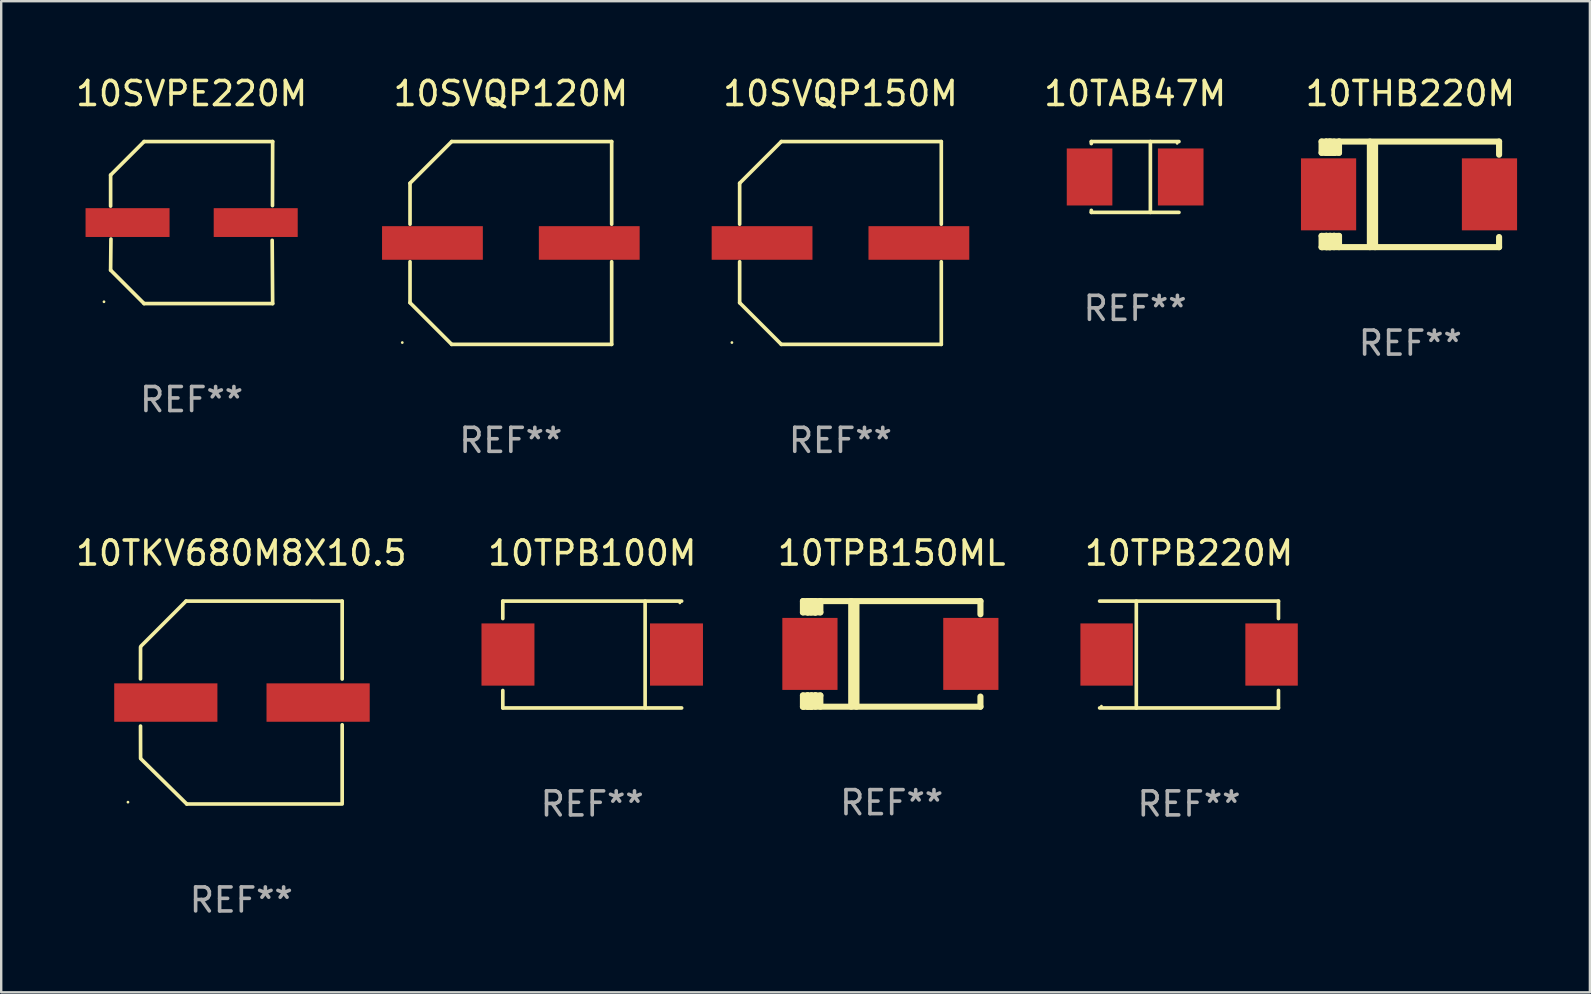
<source format=kicad_pcb>
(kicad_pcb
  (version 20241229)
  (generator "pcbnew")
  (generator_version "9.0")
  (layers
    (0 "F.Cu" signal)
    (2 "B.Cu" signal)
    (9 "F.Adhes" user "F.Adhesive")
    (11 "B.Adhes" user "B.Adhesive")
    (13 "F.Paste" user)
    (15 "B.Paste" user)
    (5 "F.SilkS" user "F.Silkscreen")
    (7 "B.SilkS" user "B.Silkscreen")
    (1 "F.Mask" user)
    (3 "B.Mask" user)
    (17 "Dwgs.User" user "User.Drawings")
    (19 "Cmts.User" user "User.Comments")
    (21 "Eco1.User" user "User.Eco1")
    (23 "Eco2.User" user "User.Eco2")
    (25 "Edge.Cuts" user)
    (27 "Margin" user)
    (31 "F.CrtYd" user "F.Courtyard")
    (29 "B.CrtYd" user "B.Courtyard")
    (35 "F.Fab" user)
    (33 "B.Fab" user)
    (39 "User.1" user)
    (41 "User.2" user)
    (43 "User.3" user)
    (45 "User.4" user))
  (footprint "10TAB47M"
    (layer "F.Cu")
    (at 44.249 4.324)
    (property "Reference" "10TAB47M" (at 0 -3.476 0) (layer "F.SilkS") (effects (font (size 1 1) (thickness 0.15))))
    (attr through_hole)
    (fp_line (start -1.826 -1.476) (end -1.826 -1.391) (stroke (width 0.152) (type solid)) (layer "F.SilkS"))
    (fp_line (start -1.826 -1.476) (end 1.826 -1.476) (stroke (width 0.152) (type solid)) (layer "F.SilkS"))
    (fp_line (start -1.826 1.476) (end -1.826 1.391) (stroke (width 0.152) (type solid)) (layer "F.SilkS"))
    (fp_line (start -1.826 1.476) (end 1.826 1.476) (stroke (width 0.152) (type solid)) (layer "F.SilkS"))
    (fp_line (start 0.635 -1.476) (end 0.635 1.476) (stroke (width 0.152) (type solid)) (layer "F.SilkS"))
    (fp_circle (center 1.75 -1.4) (end 1.78 -1.4) (stroke (width 0.06) (type solid)) (fill no) (layer "F.SilkS"))
    (fp_text user "REF**" (at 0 5.476 0) (layer "F.Fab") (effects (font (size 1 1) (thickness 0.15))))
    (pad "1" smd rect (at 1.899 0) (size 1.9 2.376) (layers "F.Cu" "F.Mask" "F.Paste"))
    (pad "2" smd rect (at -1.899 0) (size 1.9 2.376) (layers "F.Cu" "F.Mask" "F.Paste")))
  (footprint "10TPB100M"
    (layer "F.Cu")
    (at 21.627 24.223)
    (property "Reference" "10TPB100M" (at 0 -4.226 0) (layer "F.SilkS") (effects (font (size 1 1) (thickness 0.15))))
    (attr through_hole)
    (fp_line (start -3.726 -2.226) (end -3.726 -1.499) (stroke (width 0.152) (type solid)) (layer "F.SilkS"))
    (fp_line (start -3.726 -2.226) (end 3.726 -2.226) (stroke (width 0.152) (type solid)) (layer "F.SilkS"))
    (fp_line (start -3.726 2.226) (end -3.726 1.499) (stroke (width 0.152) (type solid)) (layer "F.SilkS"))
    (fp_line (start -3.726 2.226) (end 3.726 2.226) (stroke (width 0.152) (type solid)) (layer "F.SilkS"))
    (fp_line (start 2.204 -2.226) (end 2.204 2.226) (stroke (width 0.152) (type solid)) (layer "F.SilkS"))
    (fp_circle (center 3.65 -2.15) (end 3.68 -2.15) (stroke (width 0.06) (type solid)) (fill no) (layer "F.SilkS"))
    (fp_text user "REF**" (at 0 6.226 0) (layer "F.Fab") (effects (font (size 1 1) (thickness 0.15))))
    (pad "1" smd rect (at 3.511 0) (size 2.207 2.592) (layers "F.Cu" "F.Mask" "F.Paste"))
    (pad "2" smd rect (at -3.511 0) (size 2.207 2.592) (layers "F.Cu" "F.Mask" "F.Paste")))
  (footprint "10THB220M"
    (layer "F.Cu")
    (at 55.716 5.048)
    (property "Reference" "10THB220M" (at 0 -4.2 0) (layer "F.SilkS") (effects (font (size 1 1) (thickness 0.15))))
    (attr through_hole)
    (fp_line (start -3.698 -2.2) (end -3.502 -2.2) (stroke (width 0.254) (type solid)) (layer "F.SilkS"))
    (fp_line (start -3.698 -1.731) (end -3.698 -2.2) (stroke (width 0.254) (type solid)) (layer "F.SilkS"))
    (fp_line (start -3.698 -1.731) (end -3.502 -1.731) (stroke (width 0.254) (type solid)) (layer "F.SilkS"))
    (fp_line (start -3.698 1.731) (end -3.502 1.731) (stroke (width 0.254) (type solid)) (layer "F.SilkS"))
    (fp_line (start -3.698 2.2) (end -3.698 1.731) (stroke (width 0.254) (type solid)) (layer "F.SilkS"))
    (fp_line (start -3.66 2.2) (end -3.698 2.2) (stroke (width 0.254) (type solid)) (layer "F.SilkS"))
    (fp_line (start -3.66 2.2) (end -3.346 2.2) (stroke (width 0.254) (type solid)) (layer "F.SilkS"))
    (fp_line (start -3.502 -2.2) (end 3.698 -2.2) (stroke (width 0.254) (type solid)) (layer "F.SilkS"))
    (fp_line (start -3.502 -1.731) (end -3.502 -2.2) (stroke (width 0.254) (type solid)) (layer "F.SilkS"))
    (fp_line (start -3.502 1.731) (end -3.502 1.778) (stroke (width 0.254) (type solid)) (layer "F.SilkS"))
    (fp_line (start -3.502 1.731) (end -3.178 1.731) (stroke (width 0.254) (type solid)) (layer "F.SilkS"))
    (fp_line (start -3.502 1.778) (end -3.502 1.731) (stroke (width 0.254) (type solid)) (layer "F.SilkS"))
    (fp_line (start -3.502 2.2) (end -3.502 1.778) (stroke (width 0.254) (type solid)) (layer "F.SilkS"))
    (fp_line (start -3.502 2.2) (end 3.698 2.2) (stroke (width 0.254) (type solid)) (layer "F.SilkS"))
    (fp_line (start -3.367 -2.2) (end -3.367 -1.731) (stroke (width 0.254) (type solid)) (layer "F.SilkS"))
    (fp_line (start -3.346 1.731) (end -3.346 2.2) (stroke (width 0.254) (type solid)) (layer "F.SilkS"))
    (fp_line (start -3.346 2.2) (end -3.346 2.2) (stroke (width 0.254) (type solid)) (layer "F.SilkS"))
    (fp_line (start -3.332 1.731) (end -3.346 1.731) (stroke (width 0.254) (type solid)) (layer "F.SilkS"))
    (fp_line (start -3.303 -2.2) (end -3.367 -2.2) (stroke (width 0.254) (type solid)) (layer "F.SilkS"))
    (fp_line (start -3.179 -1.731) (end -3.179 -1.731) (stroke (width 0.254) (type solid)) (layer "F.SilkS"))
    (fp_line (start -3.179 1.731) (end -3.179 2.2) (stroke (width 0.254) (type solid)) (layer "F.SilkS"))
    (fp_line (start -3.178 -1.731) (end -3.502 -1.731) (stroke (width 0.254) (type solid)) (layer "F.SilkS"))
    (fp_line (start -3.178 -1.731) (end -3.179 -1.731) (stroke (width 0.254) (type solid)) (layer "F.SilkS"))
    (fp_line (start -3.178 -1.731) (end -3.178 -2.2) (stroke (width 0.254) (type solid)) (layer "F.SilkS"))
    (fp_line (start -3.178 1.731) (end -3.178 1.731) (stroke (width 0.254) (type solid)) (layer "F.SilkS"))
    (fp_line (start -2.972 -2.2) (end -2.972 -1.731) (stroke (width 0.254) (type solid)) (layer "F.SilkS"))
    (fp_line (start -2.972 -1.731) (end -3.502 -1.731) (stroke (width 0.254) (type solid)) (layer "F.SilkS"))
    (fp_line (start -2.972 1.731) (end -3.179 1.731) (stroke (width 0.254) (type solid)) (layer "F.SilkS"))
    (fp_line (start -2.972 1.731) (end -2.972 2.2) (stroke (width 0.254) (type solid)) (layer "F.SilkS"))
    (fp_line (start -2.957 -2.2) (end -2.972 -2.2) (stroke (width 0.254) (type solid)) (layer "F.SilkS"))
    (fp_line (start -1.686 -2.2) (end -1.686 2.2) (stroke (width 0.254) (type solid)) (layer "F.SilkS"))
    (fp_line (start -1.469 -2.159) (end -1.469 2.2) (stroke (width 0.254) (type solid)) (layer "F.SilkS"))
    (fp_line (start -1.452 -2.159) (end -1.469 -2.159) (stroke (width 0.254) (type solid)) (layer "F.SilkS"))
    (fp_line (start 3.698 -2.2) (end 3.698 -1.651) (stroke (width 0.254) (type solid)) (layer "F.SilkS"))
    (fp_line (start 3.698 2.2) (end 3.698 1.778) (stroke (width 0.254) (type solid)) (layer "F.SilkS"))
    (fp_circle (center -3.552 2.15) (end -3.522 2.15) (stroke (width 0.06) (type solid)) (fill no) (layer "F.SilkS"))
    (fp_text user "REF**" (at 0 6.2 0) (layer "F.Fab") (effects (font (size 1 1) (thickness 0.15))))
    (pad "1" smd rect (at -3.407 0) (size 2.3 3) (layers "F.Cu" "F.Mask" "F.Paste"))
    (pad "2" smd rect (at 3.298 0) (size 2.3 3) (layers "F.Cu" "F.Mask" "F.Paste")))
  (footprint "10SVPE220M"
    (layer "F.Cu")
    (at 4.935 6.224)
    (property "Reference" "10SVPE220M" (at 0 -5.376 0) (layer "F.SilkS") (effects (font (size 1 1) (thickness 0.15))))
    (attr through_hole)
    (fp_line (start -3.376 -1.98) (end -3.376 -0.686) (stroke (width 0.152) (type solid)) (layer "F.SilkS"))
    (fp_line (start -3.376 1.981) (end -3.362 0.686) (stroke (width 0.152) (type solid)) (layer "F.SilkS"))
    (fp_line (start -1.981 3.376) (end -3.376 1.981) (stroke (width 0.152) (type solid)) (layer "F.SilkS"))
    (fp_line (start -1.98 -3.376) (end -3.376 -1.98) (stroke (width 0.152) (type solid)) (layer "F.SilkS"))
    (fp_line (start 3.356 0.74) (end 3.376 3.376) (stroke (width 0.152) (type solid)) (layer "F.SilkS"))
    (fp_line (start 3.369 -0.707) (end 3.376 -3.376) (stroke (width 0.152) (type solid)) (layer "F.SilkS"))
    (fp_line (start 3.376 3.376) (end -1.981 3.376) (stroke (width 0.152) (type solid)) (layer "F.SilkS"))
    (fp_line (start 3.376 -3.376) (end -1.98 -3.376) (stroke (width 0.152) (type solid)) (layer "F.SilkS"))
    (fp_circle (center -3.652 3.3) (end -3.622 3.3) (stroke (width 0.06) (type solid)) (fill no) (layer "F.SilkS"))
    (fp_text user "REF**" (at 0 7.376 0) (layer "F.Fab") (effects (font (size 1 1) (thickness 0.15))))
    (pad "1" smd rect (at -2.67 0.000229) (size 3.5 1.2) (layers "F.Cu" "F.Mask" "F.Paste"))
    (pad "2" smd rect (at 2.67 0.000229) (size 3.5 1.2) (layers "F.Cu" "F.Mask" "F.Paste")))
  (footprint "10TPB150ML"
    (layer "F.Cu")
    (at 34.105 24.197)
    (property "Reference" "10TPB150ML" (at 0 -4.2 0) (layer "F.SilkS") (effects (font (size 1 1) (thickness 0.15))))
    (attr through_hole)
    (fp_line (start -3.698 -2.2) (end -3.502 -2.2) (stroke (width 0.254) (type solid)) (layer "F.SilkS"))
    (fp_line (start -3.698 -1.731) (end -3.698 -2.2) (stroke (width 0.254) (type solid)) (layer "F.SilkS"))
    (fp_line (start -3.698 -1.731) (end -3.502 -1.731) (stroke (width 0.254) (type solid)) (layer "F.SilkS"))
    (fp_line (start -3.698 1.731) (end -3.502 1.731) (stroke (width 0.254) (type solid)) (layer "F.SilkS"))
    (fp_line (start -3.698 2.2) (end -3.698 1.731) (stroke (width 0.254) (type solid)) (layer "F.SilkS"))
    (fp_line (start -3.66 2.2) (end -3.698 2.2) (stroke (width 0.254) (type solid)) (layer "F.SilkS"))
    (fp_line (start -3.66 2.2) (end -3.346 2.2) (stroke (width 0.254) (type solid)) (layer "F.SilkS"))
    (fp_line (start -3.502 -2.2) (end 3.698 -2.2) (stroke (width 0.254) (type solid)) (layer "F.SilkS"))
    (fp_line (start -3.502 -1.731) (end -3.502 -2.2) (stroke (width 0.254) (type solid)) (layer "F.SilkS"))
    (fp_line (start -3.502 1.731) (end -3.502 1.778) (stroke (width 0.254) (type solid)) (layer "F.SilkS"))
    (fp_line (start -3.502 1.731) (end -3.178 1.731) (stroke (width 0.254) (type solid)) (layer "F.SilkS"))
    (fp_line (start -3.502 1.778) (end -3.502 1.731) (stroke (width 0.254) (type solid)) (layer "F.SilkS"))
    (fp_line (start -3.502 2.2) (end -3.502 1.778) (stroke (width 0.254) (type solid)) (layer "F.SilkS"))
    (fp_line (start -3.502 2.2) (end 3.698 2.2) (stroke (width 0.254) (type solid)) (layer "F.SilkS"))
    (fp_line (start -3.367 -2.2) (end -3.367 -1.731) (stroke (width 0.254) (type solid)) (layer "F.SilkS"))
    (fp_line (start -3.346 1.731) (end -3.346 2.2) (stroke (width 0.254) (type solid)) (layer "F.SilkS"))
    (fp_line (start -3.346 2.2) (end -3.346 2.2) (stroke (width 0.254) (type solid)) (layer "F.SilkS"))
    (fp_line (start -3.332 1.731) (end -3.346 1.731) (stroke (width 0.254) (type solid)) (layer "F.SilkS"))
    (fp_line (start -3.303 -2.2) (end -3.367 -2.2) (stroke (width 0.254) (type solid)) (layer "F.SilkS"))
    (fp_line (start -3.179 -1.731) (end -3.179 -1.731) (stroke (width 0.254) (type solid)) (layer "F.SilkS"))
    (fp_line (start -3.179 1.731) (end -3.179 2.2) (stroke (width 0.254) (type solid)) (layer "F.SilkS"))
    (fp_line (start -3.178 -1.731) (end -3.502 -1.731) (stroke (width 0.254) (type solid)) (layer "F.SilkS"))
    (fp_line (start -3.178 -1.731) (end -3.179 -1.731) (stroke (width 0.254) (type solid)) (layer "F.SilkS"))
    (fp_line (start -3.178 -1.731) (end -3.178 -2.2) (stroke (width 0.254) (type solid)) (layer "F.SilkS"))
    (fp_line (start -3.178 1.731) (end -3.178 1.731) (stroke (width 0.254) (type solid)) (layer "F.SilkS"))
    (fp_line (start -2.972 -2.2) (end -2.972 -1.731) (stroke (width 0.254) (type solid)) (layer "F.SilkS"))
    (fp_line (start -2.972 -1.731) (end -3.502 -1.731) (stroke (width 0.254) (type solid)) (layer "F.SilkS"))
    (fp_line (start -2.972 1.731) (end -3.179 1.731) (stroke (width 0.254) (type solid)) (layer "F.SilkS"))
    (fp_line (start -2.972 1.731) (end -2.972 2.2) (stroke (width 0.254) (type solid)) (layer "F.SilkS"))
    (fp_line (start -2.957 -2.2) (end -2.972 -2.2) (stroke (width 0.254) (type solid)) (layer "F.SilkS"))
    (fp_line (start -1.686 -2.2) (end -1.686 2.2) (stroke (width 0.254) (type solid)) (layer "F.SilkS"))
    (fp_line (start -1.469 -2.159) (end -1.469 2.2) (stroke (width 0.254) (type solid)) (layer "F.SilkS"))
    (fp_line (start -1.452 -2.159) (end -1.469 -2.159) (stroke (width 0.254) (type solid)) (layer "F.SilkS"))
    (fp_line (start 3.698 -2.2) (end 3.698 -1.651) (stroke (width 0.254) (type solid)) (layer "F.SilkS"))
    (fp_line (start 3.698 2.2) (end 3.698 1.778) (stroke (width 0.254) (type solid)) (layer "F.SilkS"))
    (fp_circle (center -3.552 2.15) (end -3.522 2.15) (stroke (width 0.06) (type solid)) (fill no) (layer "F.SilkS"))
    (fp_text user "REF**" (at 0 6.2 0) (layer "F.Fab") (effects (font (size 1 1) (thickness 0.15))))
    (pad "1" smd rect (at -3.407 0) (size 2.3 3) (layers "F.Cu" "F.Mask" "F.Paste"))
    (pad "2" smd rect (at 3.298 0) (size 2.3 3) (layers "F.Cu" "F.Mask" "F.Paste")))
  (footprint "10TPB220M"
    (layer "F.Cu")
    (at 46.495 24.223)
    (property "Reference" "10TPB220M" (at 0 -4.226 0) (layer "F.SilkS") (effects (font (size 1 1) (thickness 0.15))))
    (attr through_hole)
    (fp_line (start -3.726 -2.226) (end 3.726 -2.226) (stroke (width 0.152) (type solid)) (layer "F.SilkS"))
    (fp_line (start -3.726 2.226) (end 3.726 2.226) (stroke (width 0.152) (type solid)) (layer "F.SilkS"))
    (fp_line (start -2.197 -2.226) (end -2.197 2.226) (stroke (width 0.152) (type solid)) (layer "F.SilkS"))
    (fp_line (start 3.726 -2.226) (end 3.726 -1.499) (stroke (width 0.152) (type solid)) (layer "F.SilkS"))
    (fp_line (start 3.726 2.226) (end 3.726 1.499) (stroke (width 0.152) (type solid)) (layer "F.SilkS"))
    (fp_circle (center -3.65 2.15) (end -3.62 2.15) (stroke (width 0.06) (type solid)) (fill no) (layer "F.SilkS"))
    (fp_text user "REF**" (at 0 6.226 0) (layer "F.Fab") (effects (font (size 1 1) (thickness 0.15))))
    (pad "1" smd rect (at -3.434 0 180) (size 2.185 2.592) (layers "F.Cu" "F.Mask" "F.Paste"))
    (pad "2" smd rect (at 3.439 0 180) (size 2.185 2.592) (layers "F.Cu" "F.Mask" "F.Paste")))
  (footprint "10SVQP150M"
    (layer "F.Cu")
    (at 31.971 7.074)
    (property "Reference" "10SVQP150M" (at 0 -6.226 0) (layer "F.SilkS") (effects (font (size 1 1) (thickness 0.15))))
    (attr through_hole)
    (fp_line (start -4.201 -2.49) (end -4.201 -0.782) (stroke (width 0.152) (type solid)) (layer "F.SilkS"))
    (fp_line (start -4.201 2.49) (end -4.201 0.782) (stroke (width 0.152) (type solid)) (layer "F.SilkS"))
    (fp_line (start -2.465 -4.226) (end -4.201 -2.49) (stroke (width 0.152) (type solid)) (layer "F.SilkS"))
    (fp_line (start -2.465 4.226) (end -4.201 2.49) (stroke (width 0.152) (type solid)) (layer "F.SilkS"))
    (fp_line (start 4.201 -4.226) (end -2.465 -4.226) (stroke (width 0.152) (type solid)) (layer "F.SilkS"))
    (fp_line (start 4.201 -0.782) (end 4.201 -4.226) (stroke (width 0.152) (type solid)) (layer "F.SilkS"))
    (fp_line (start 4.201 0.782) (end 4.201 4.226) (stroke (width 0.152) (type solid)) (layer "F.SilkS"))
    (fp_line (start 4.201 4.226) (end -2.465 4.226) (stroke (width 0.152) (type solid)) (layer "F.SilkS"))
    (fp_circle (center -4.524 4.15) (end -4.494 4.15) (stroke (width 0.06) (type solid)) (fill no) (layer "F.SilkS"))
    (fp_text user "REF**" (at 0 8.226 0) (layer "F.Fab") (effects (font (size 1 1) (thickness 0.15))))
    (pad "1" smd rect (at -3.267 0) (size 4.2 1.4) (layers "F.Cu" "F.Mask" "F.Paste"))
    (pad "2" smd rect (at 3.267 0) (size 4.2 1.4) (layers "F.Cu" "F.Mask" "F.Paste")))
  (footprint "10SVQP120M"
    (layer "F.Cu")
    (at 18.236 7.074)
    (property "Reference" "10SVQP120M" (at 0 -6.226 0) (layer "F.SilkS") (effects (font (size 1 1) (thickness 0.15))))
    (attr through_hole)
    (fp_line (start -4.201 -2.49) (end -4.201 -0.782) (stroke (width 0.152) (type solid)) (layer "F.SilkS"))
    (fp_line (start -4.201 2.49) (end -4.201 0.782) (stroke (width 0.152) (type solid)) (layer "F.SilkS"))
    (fp_line (start -2.465 -4.226) (end -4.201 -2.49) (stroke (width 0.152) (type solid)) (layer "F.SilkS"))
    (fp_line (start -2.465 4.226) (end -4.201 2.49) (stroke (width 0.152) (type solid)) (layer "F.SilkS"))
    (fp_line (start 4.201 -4.226) (end -2.465 -4.226) (stroke (width 0.152) (type solid)) (layer "F.SilkS"))
    (fp_line (start 4.201 -0.782) (end 4.201 -4.226) (stroke (width 0.152) (type solid)) (layer "F.SilkS"))
    (fp_line (start 4.201 0.782) (end 4.201 4.226) (stroke (width 0.152) (type solid)) (layer "F.SilkS"))
    (fp_line (start 4.201 4.226) (end -2.465 4.226) (stroke (width 0.152) (type solid)) (layer "F.SilkS"))
    (fp_circle (center -4.524 4.15) (end -4.494 4.15) (stroke (width 0.06) (type solid)) (fill no) (layer "F.SilkS"))
    (fp_text user "REF**" (at 0 8.226 0) (layer "F.Fab") (effects (font (size 1 1) (thickness 0.15))))
    (pad "1" smd rect (at -3.267 0) (size 4.2 1.4) (layers "F.Cu" "F.Mask" "F.Paste"))
    (pad "2" smd rect (at 3.267 0) (size 4.2 1.4) (layers "F.Cu" "F.Mask" "F.Paste")))
  (footprint "10TKV680M8X10.5"
    (layer "F.Cu")
    (at 7.006 26.224)
    (property "Reference" "10TKV680M8X10.5" (at 0 -6.227 0) (layer "F.SilkS") (effects (font (size 1 1) (thickness 0.15))))
    (attr through_hole)
    (fp_line (start -4.202 -0.985) (end -4.2 -2.313) (stroke (width 0.152) (type solid)) (layer "F.SilkS"))
    (fp_line (start -4.198 2.327) (end -4.201 0.98) (stroke (width 0.152) (type solid)) (layer "F.SilkS"))
    (fp_line (start -2.304 -4.227) (end -4.174 -2.358) (stroke (width 0.152) (type solid)) (layer "F.SilkS"))
    (fp_line (start -2.274 4.227) (end -4.174 2.357) (stroke (width 0.152) (type solid)) (layer "F.SilkS"))
    (fp_line (start 4.202 -4.226) (end -2.304 -4.227) (stroke (width 0.152) (type solid)) (layer "F.SilkS"))
    (fp_line (start 4.202 -4.226) (end 4.202 -0.98) (stroke (width 0.152) (type solid)) (layer "F.SilkS"))
    (fp_line (start 4.202 0.926) (end 4.202 4.172) (stroke (width 0.152) (type solid)) (layer "F.SilkS"))
    (fp_line (start 4.202 4.227) (end -2.274 4.227) (stroke (width 0.152) (type solid)) (layer "F.SilkS"))
    (fp_circle (center -4.724 4.15) (end -4.694 4.15) (stroke (width 0.06) (type solid)) (fill no) (layer "F.SilkS"))
    (fp_text user "REF**" (at 0 8.227 0) (layer "F.Fab") (effects (font (size 1 1) (thickness 0.15))))
    (pad "1" smd rect (at -3.147 0.000292) (size 4.3 1.6) (layers "F.Cu" "F.Mask" "F.Paste"))
    (pad "2" smd rect (at 3.199 0.000292) (size 4.3 1.6) (layers "F.Cu" "F.Mask" "F.Paste")))
  (gr_rect
    (start -3 -3)
    (end 63.198 38.299)
    (stroke (width 0.1) (type default))
    (fill no)
    (layer "Edge.Cuts")))
</source>
